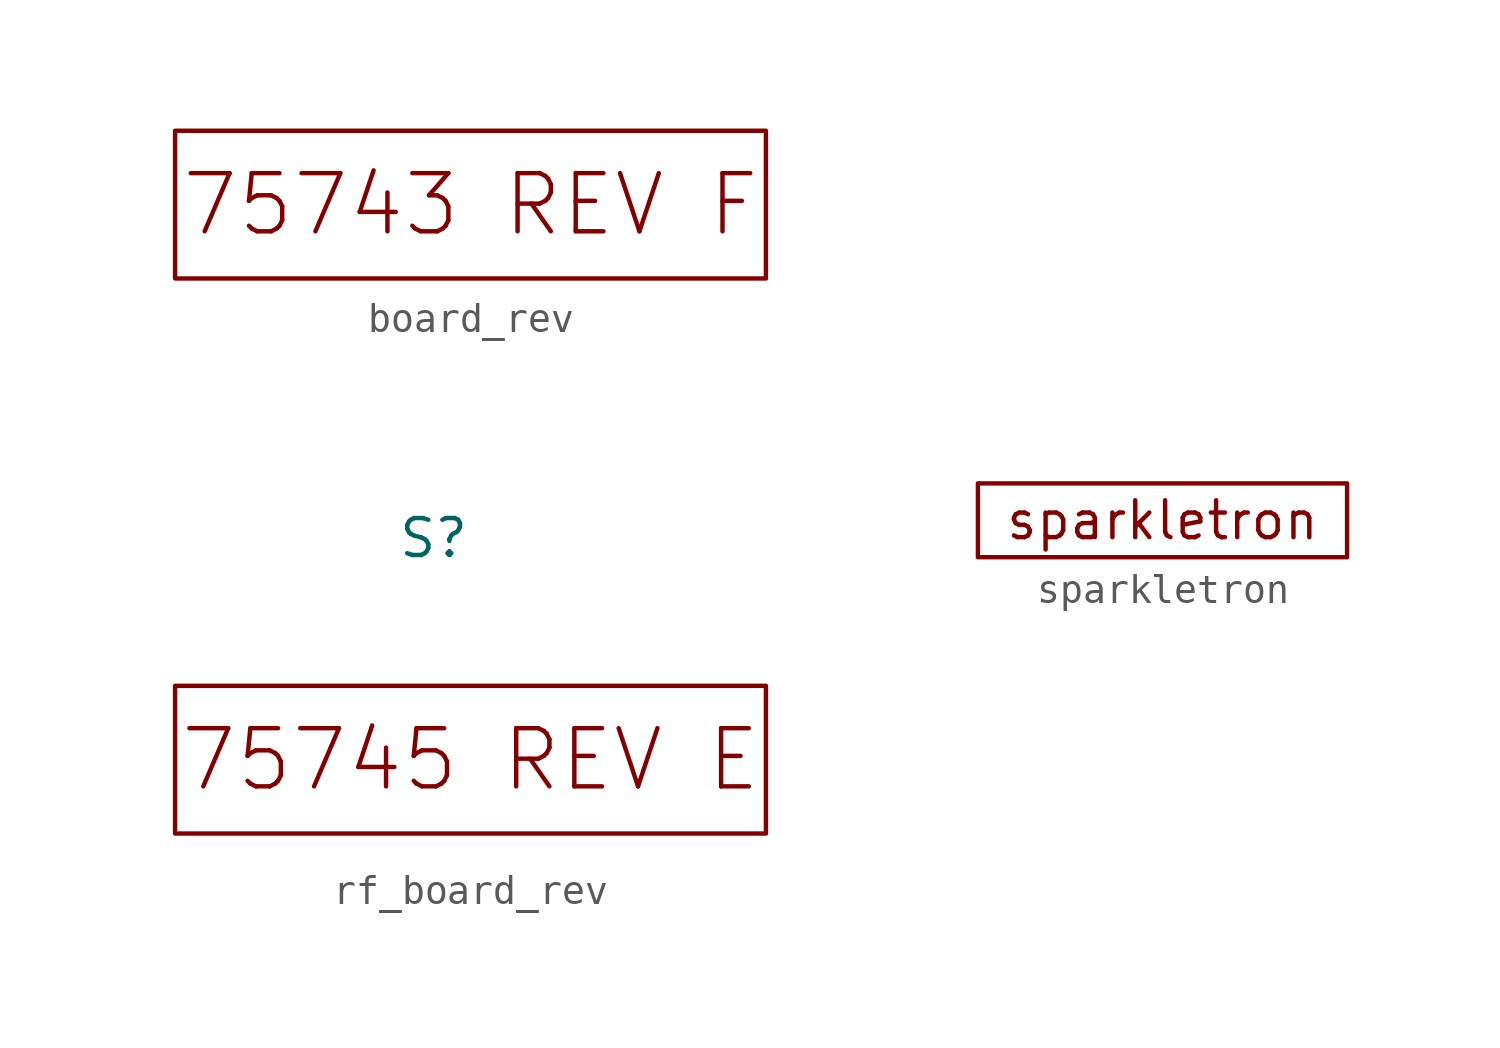
<source format=kicad_sym>
(kicad_symbol_lib
  (version 20211014)
  (generator kicad_symbol_editor)
  (symbol "board_rev"
    (property "Reference" "S"
      (at 0 3.81 0)
      (effects (font (size 1.27 1.27)) hide))
    (symbol "board_rev_0_0"
      (rectangle (start -8.89 1.27) (end 11.43 -3.81) (stroke (width 0) (type default) (color 0 0 0 0)) (fill (type none)))
      (text "75743 REV F" (at 1.27 -1.27 0) (effects (font (size 2 2))))))
  (symbol "rf_board_rev"
    (property "Reference" "S"
      (at 0 6.35 0)
      (effects (font (size 1.27 1.27))))
    (symbol "rf_board_rev_0_0"
      (rectangle (start -8.89 1.27) (end 11.43 -3.81) (stroke (width 0) (type default) (color 0 0 0 0)) (fill (type none)))
      (text "75745 REV E" (at 1.27 -1.27 0) (effects (font (size 2 2))))))
  (symbol "sparkletron"
    (property "Reference" "S"
      (at 0 5.08 0)
      (effects (font (size 1.27 1.27)) hide))
    (symbol "sparkletron_0_0"
      (rectangle (start -6.35 1.27) (end 6.35 -1.27) (stroke (width 0) (type default) (color 0 0 0 0)) (fill (type none)))
      (text "sparkletron" (at 0 0 0) (effects (font (size 1.27 1.27)))))))
</source>
